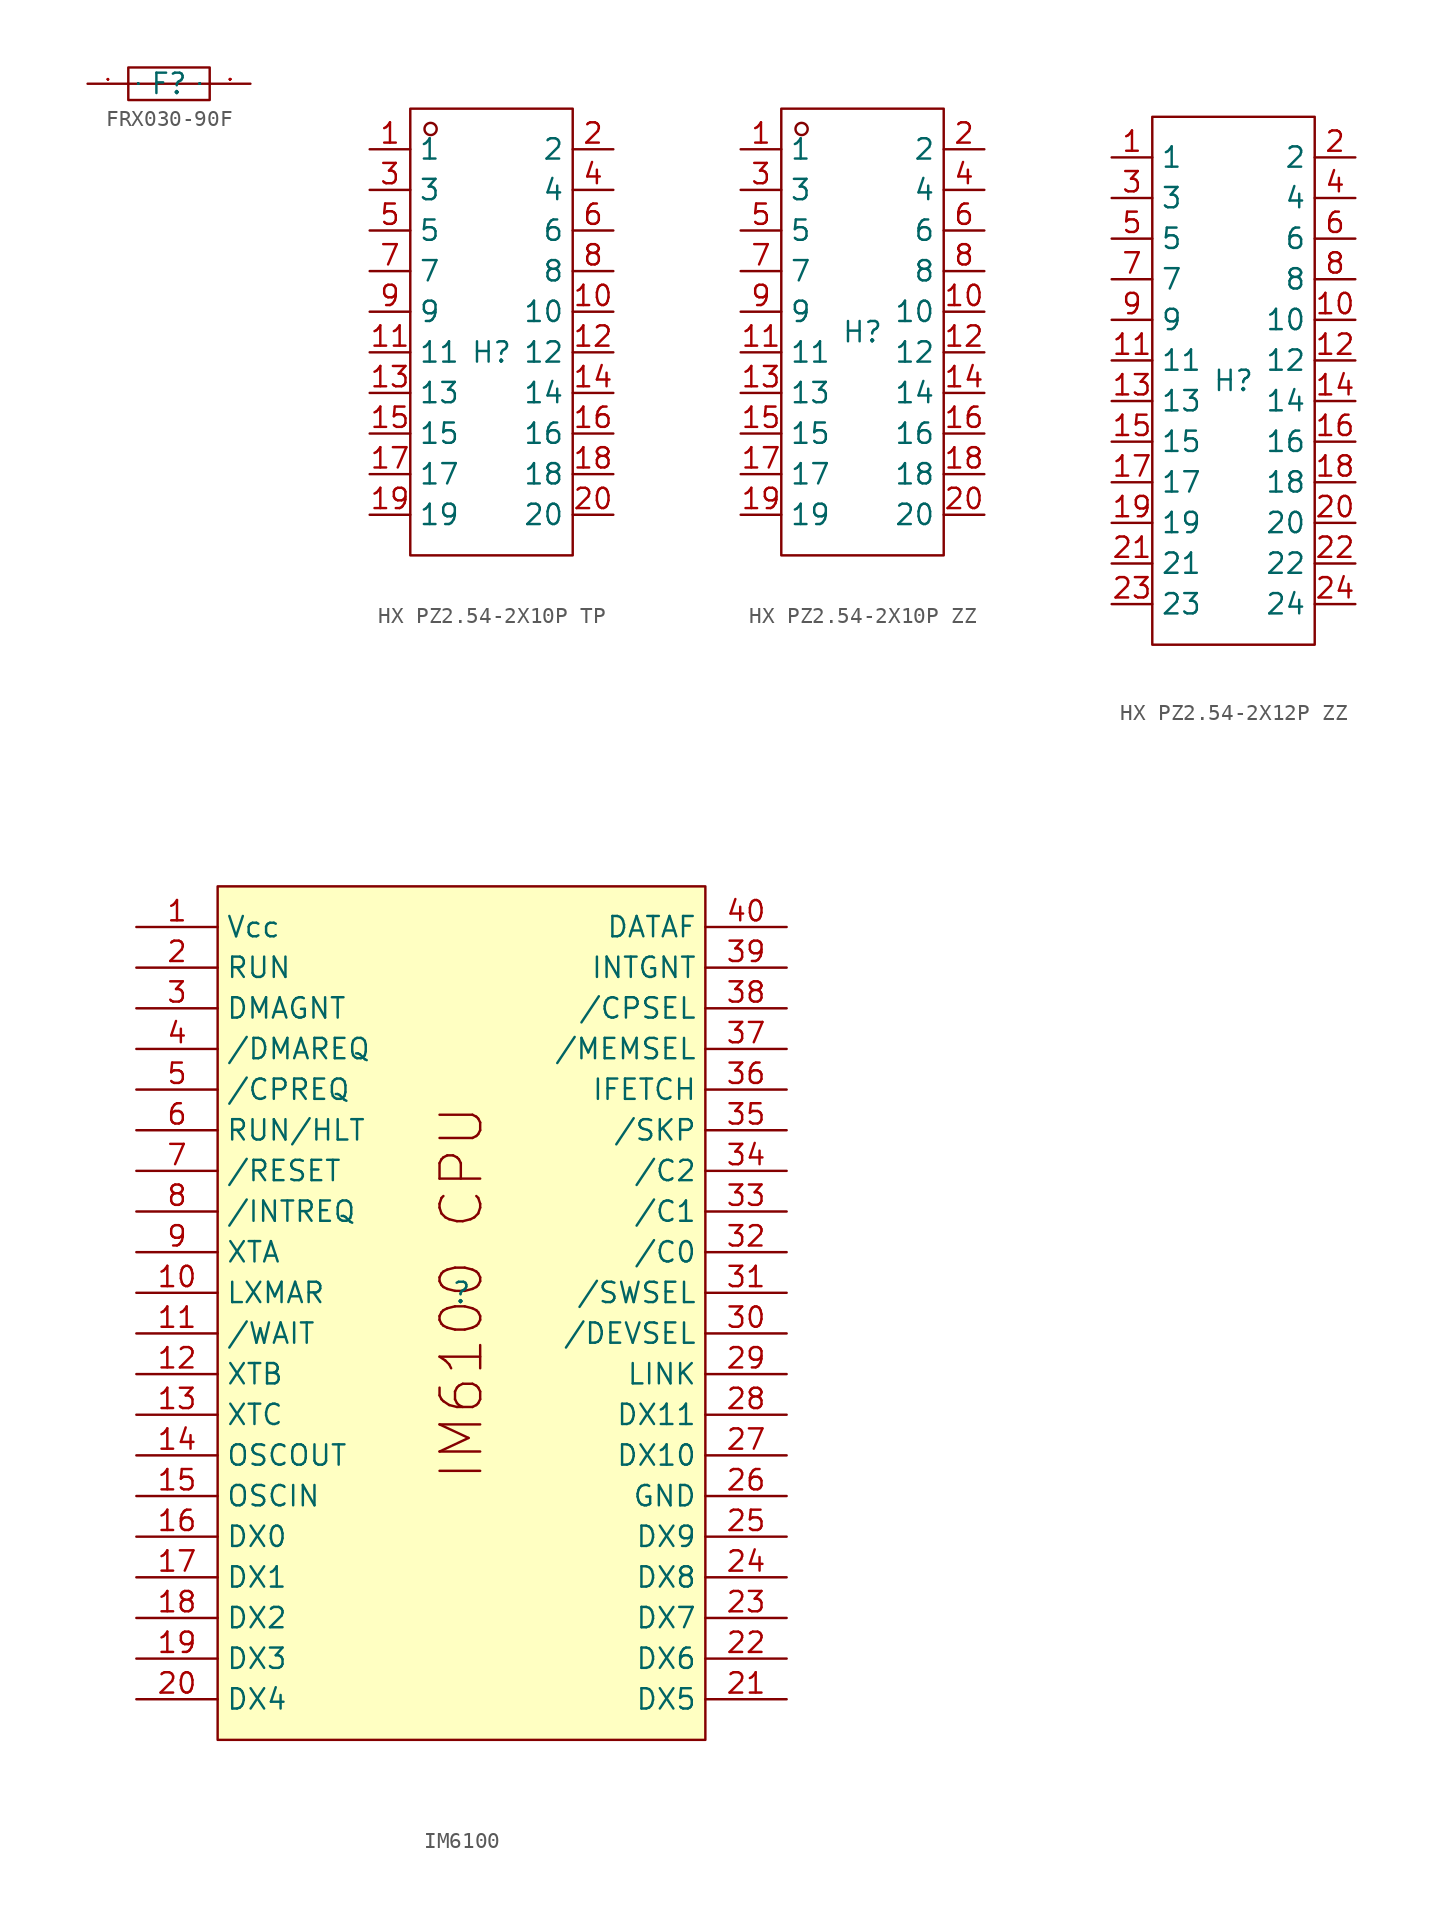
<source format=kicad_sym>
(kicad_symbol_lib
  (version 20241209)
  (generator "kicad_symbol_editor")
  (generator_version "9.0")
  (symbol "FRX030-90F"
    (property "Reference" "F"
      (at 0 0 0)
      (effects (font (size 1.27 1.27))))
    (property "Value" ""
      (at 0 0 0)
      (effects (font (size 1.27 1.27))))
    (symbol "FRX030-90F_1_0"
      (rectangle (start -2.54 1.016) (end 2.54 -1.016) (stroke (width 0) (type default)) (fill (type none)))
      (polyline (pts (xy -2.54 0) (xy 2.54 0)) (stroke (width 0) (type default)) (fill (type none)))
      (pin unspecified line (at -5.08 0 0) (length 2.54) (name "1" (effects (font (size 0.025 0.025)))) (number "1" (effects (font (size 0.025 0.025)))))
      (pin unspecified line (at 5.08 0 180) (length 2.54) (name "2" (effects (font (size 0.025 0.025)))) (number "2" (effects (font (size 0.025 0.025)))))))
  (symbol "HX PZ2.54-2X10P TP"
    (property "Reference" "H"
      (at 0 0 0)
      (effects (font (size 1.27 1.27))))
    (property "Value" ""
      (at 0 0 0)
      (effects (font (size 1.27 1.27))))
    (symbol "HX PZ2.54-2X10P TP_1_0"
      (rectangle (start -5.08 -12.7) (end 5.08 15.24) (stroke (width 0) (type default)) (fill (type none)))
      (circle (center -3.81 13.97) (radius 0.381) (stroke (width 0) (type default)) (fill (type none)))
      (pin unspecified line (at -7.62 12.7 0) (length 2.54) (name "1" (effects (font (size 1.27 1.27)))) (number "1" (effects (font (size 1.27 1.27)))))
      (pin unspecified line (at -7.62 10.16 0) (length 2.54) (name "3" (effects (font (size 1.27 1.27)))) (number "3" (effects (font (size 1.27 1.27)))))
      (pin unspecified line (at -7.62 7.62 0) (length 2.54) (name "5" (effects (font (size 1.27 1.27)))) (number "5" (effects (font (size 1.27 1.27)))))
      (pin unspecified line (at -7.62 5.08 0) (length 2.54) (name "7" (effects (font (size 1.27 1.27)))) (number "7" (effects (font (size 1.27 1.27)))))
      (pin unspecified line (at -7.62 2.54 0) (length 2.54) (name "9" (effects (font (size 1.27 1.27)))) (number "9" (effects (font (size 1.27 1.27)))))
      (pin unspecified line (at -7.62 0 0) (length 2.54) (name "11" (effects (font (size 1.27 1.27)))) (number "11" (effects (font (size 1.27 1.27)))))
      (pin unspecified line (at -7.62 -2.54 0) (length 2.54) (name "13" (effects (font (size 1.27 1.27)))) (number "13" (effects (font (size 1.27 1.27)))))
      (pin unspecified line (at -7.62 -5.08 0) (length 2.54) (name "15" (effects (font (size 1.27 1.27)))) (number "15" (effects (font (size 1.27 1.27)))))
      (pin unspecified line (at -7.62 -7.62 0) (length 2.54) (name "17" (effects (font (size 1.27 1.27)))) (number "17" (effects (font (size 1.27 1.27)))))
      (pin unspecified line (at -7.62 -10.16 0) (length 2.54) (name "19" (effects (font (size 1.27 1.27)))) (number "19" (effects (font (size 1.27 1.27)))))
      (pin unspecified line (at 7.62 12.7 180) (length 2.54) (name "2" (effects (font (size 1.27 1.27)))) (number "2" (effects (font (size 1.27 1.27)))))
      (pin unspecified line (at 7.62 10.16 180) (length 2.54) (name "4" (effects (font (size 1.27 1.27)))) (number "4" (effects (font (size 1.27 1.27)))))
      (pin unspecified line (at 7.62 7.62 180) (length 2.54) (name "6" (effects (font (size 1.27 1.27)))) (number "6" (effects (font (size 1.27 1.27)))))
      (pin unspecified line (at 7.62 5.08 180) (length 2.54) (name "8" (effects (font (size 1.27 1.27)))) (number "8" (effects (font (size 1.27 1.27)))))
      (pin unspecified line (at 7.62 2.54 180) (length 2.54) (name "10" (effects (font (size 1.27 1.27)))) (number "10" (effects (font (size 1.27 1.27)))))
      (pin unspecified line (at 7.62 0 180) (length 2.54) (name "12" (effects (font (size 1.27 1.27)))) (number "12" (effects (font (size 1.27 1.27)))))
      (pin unspecified line (at 7.62 -2.54 180) (length 2.54) (name "14" (effects (font (size 1.27 1.27)))) (number "14" (effects (font (size 1.27 1.27)))))
      (pin unspecified line (at 7.62 -5.08 180) (length 2.54) (name "16" (effects (font (size 1.27 1.27)))) (number "16" (effects (font (size 1.27 1.27)))))
      (pin unspecified line (at 7.62 -7.62 180) (length 2.54) (name "18" (effects (font (size 1.27 1.27)))) (number "18" (effects (font (size 1.27 1.27)))))
      (pin unspecified line (at 7.62 -10.16 180) (length 2.54) (name "20" (effects (font (size 1.27 1.27)))) (number "20" (effects (font (size 1.27 1.27)))))))
  (symbol "HX PZ2.54-2X10P ZZ"
    (property "Reference" "H"
      (at 0 0 0)
      (effects (font (size 1.27 1.27))))
    (property "Value" ""
      (at 0 0 0)
      (effects (font (size 1.27 1.27))))
    (symbol "HX PZ2.54-2X10P ZZ_1_0"
      (rectangle (start -5.08 -13.97) (end 5.08 13.97) (stroke (width 0) (type default)) (fill (type none)))
      (circle (center -3.81 12.7) (radius 0.381) (stroke (width 0) (type default)) (fill (type none)))
      (pin unspecified line (at -7.62 11.43 0) (length 2.54) (name "1" (effects (font (size 1.27 1.27)))) (number "1" (effects (font (size 1.27 1.27)))))
      (pin unspecified line (at -7.62 8.89 0) (length 2.54) (name "3" (effects (font (size 1.27 1.27)))) (number "3" (effects (font (size 1.27 1.27)))))
      (pin unspecified line (at -7.62 6.35 0) (length 2.54) (name "5" (effects (font (size 1.27 1.27)))) (number "5" (effects (font (size 1.27 1.27)))))
      (pin unspecified line (at -7.62 3.81 0) (length 2.54) (name "7" (effects (font (size 1.27 1.27)))) (number "7" (effects (font (size 1.27 1.27)))))
      (pin unspecified line (at -7.62 1.27 0) (length 2.54) (name "9" (effects (font (size 1.27 1.27)))) (number "9" (effects (font (size 1.27 1.27)))))
      (pin unspecified line (at -7.62 -1.27 0) (length 2.54) (name "11" (effects (font (size 1.27 1.27)))) (number "11" (effects (font (size 1.27 1.27)))))
      (pin unspecified line (at -7.62 -3.81 0) (length 2.54) (name "13" (effects (font (size 1.27 1.27)))) (number "13" (effects (font (size 1.27 1.27)))))
      (pin unspecified line (at -7.62 -6.35 0) (length 2.54) (name "15" (effects (font (size 1.27 1.27)))) (number "15" (effects (font (size 1.27 1.27)))))
      (pin unspecified line (at -7.62 -8.89 0) (length 2.54) (name "17" (effects (font (size 1.27 1.27)))) (number "17" (effects (font (size 1.27 1.27)))))
      (pin unspecified line (at -7.62 -11.43 0) (length 2.54) (name "19" (effects (font (size 1.27 1.27)))) (number "19" (effects (font (size 1.27 1.27)))))
      (pin unspecified line (at 7.62 11.43 180) (length 2.54) (name "2" (effects (font (size 1.27 1.27)))) (number "2" (effects (font (size 1.27 1.27)))))
      (pin unspecified line (at 7.62 8.89 180) (length 2.54) (name "4" (effects (font (size 1.27 1.27)))) (number "4" (effects (font (size 1.27 1.27)))))
      (pin unspecified line (at 7.62 6.35 180) (length 2.54) (name "6" (effects (font (size 1.27 1.27)))) (number "6" (effects (font (size 1.27 1.27)))))
      (pin unspecified line (at 7.62 3.81 180) (length 2.54) (name "8" (effects (font (size 1.27 1.27)))) (number "8" (effects (font (size 1.27 1.27)))))
      (pin unspecified line (at 7.62 1.27 180) (length 2.54) (name "10" (effects (font (size 1.27 1.27)))) (number "10" (effects (font (size 1.27 1.27)))))
      (pin unspecified line (at 7.62 -1.27 180) (length 2.54) (name "12" (effects (font (size 1.27 1.27)))) (number "12" (effects (font (size 1.27 1.27)))))
      (pin unspecified line (at 7.62 -3.81 180) (length 2.54) (name "14" (effects (font (size 1.27 1.27)))) (number "14" (effects (font (size 1.27 1.27)))))
      (pin unspecified line (at 7.62 -6.35 180) (length 2.54) (name "16" (effects (font (size 1.27 1.27)))) (number "16" (effects (font (size 1.27 1.27)))))
      (pin unspecified line (at 7.62 -8.89 180) (length 2.54) (name "18" (effects (font (size 1.27 1.27)))) (number "18" (effects (font (size 1.27 1.27)))))
      (pin unspecified line (at 7.62 -11.43 180) (length 2.54) (name "20" (effects (font (size 1.27 1.27)))) (number "20" (effects (font (size 1.27 1.27)))))))
  (symbol "HX PZ2.54-2X12P ZZ"
    (property "Reference" "H"
      (at 0 0 0)
      (effects (font (size 1.27 1.27))))
    (property "Value" ""
      (at 0 0 0)
      (effects (font (size 1.27 1.27))))
    (symbol "HX PZ2.54-2X12P ZZ_1_0"
      (rectangle (start -5.08 16.51) (end 5.08 -16.51) (stroke (width 0) (type default)) (fill (type none)))
      (pin unspecified line (at -7.62 13.97 0) (length 2.54) (name "1" (effects (font (size 1.27 1.27)))) (number "1" (effects (font (size 1.27 1.27)))))
      (pin unspecified line (at -7.62 11.43 0) (length 2.54) (name "3" (effects (font (size 1.27 1.27)))) (number "3" (effects (font (size 1.27 1.27)))))
      (pin unspecified line (at -7.62 8.89 0) (length 2.54) (name "5" (effects (font (size 1.27 1.27)))) (number "5" (effects (font (size 1.27 1.27)))))
      (pin unspecified line (at -7.62 6.35 0) (length 2.54) (name "7" (effects (font (size 1.27 1.27)))) (number "7" (effects (font (size 1.27 1.27)))))
      (pin unspecified line (at -7.62 3.81 0) (length 2.54) (name "9" (effects (font (size 1.27 1.27)))) (number "9" (effects (font (size 1.27 1.27)))))
      (pin unspecified line (at -7.62 1.27 0) (length 2.54) (name "11" (effects (font (size 1.27 1.27)))) (number "11" (effects (font (size 1.27 1.27)))))
      (pin unspecified line (at -7.62 -1.27 0) (length 2.54) (name "13" (effects (font (size 1.27 1.27)))) (number "13" (effects (font (size 1.27 1.27)))))
      (pin unspecified line (at -7.62 -3.81 0) (length 2.54) (name "15" (effects (font (size 1.27 1.27)))) (number "15" (effects (font (size 1.27 1.27)))))
      (pin unspecified line (at -7.62 -6.35 0) (length 2.54) (name "17" (effects (font (size 1.27 1.27)))) (number "17" (effects (font (size 1.27 1.27)))))
      (pin unspecified line (at -7.62 -8.89 0) (length 2.54) (name "19" (effects (font (size 1.27 1.27)))) (number "19" (effects (font (size 1.27 1.27)))))
      (pin unspecified line (at -7.62 -11.43 0) (length 2.54) (name "21" (effects (font (size 1.27 1.27)))) (number "21" (effects (font (size 1.27 1.27)))))
      (pin unspecified line (at -7.62 -13.97 0) (length 2.54) (name "23" (effects (font (size 1.27 1.27)))) (number "23" (effects (font (size 1.27 1.27)))))
      (pin unspecified line (at 7.62 13.97 180) (length 2.54) (name "2" (effects (font (size 1.27 1.27)))) (number "2" (effects (font (size 1.27 1.27)))))
      (pin unspecified line (at 7.62 11.43 180) (length 2.54) (name "4" (effects (font (size 1.27 1.27)))) (number "4" (effects (font (size 1.27 1.27)))))
      (pin unspecified line (at 7.62 8.89 180) (length 2.54) (name "6" (effects (font (size 1.27 1.27)))) (number "6" (effects (font (size 1.27 1.27)))))
      (pin unspecified line (at 7.62 6.35 180) (length 2.54) (name "8" (effects (font (size 1.27 1.27)))) (number "8" (effects (font (size 1.27 1.27)))))
      (pin unspecified line (at 7.62 3.81 180) (length 2.54) (name "10" (effects (font (size 1.27 1.27)))) (number "10" (effects (font (size 1.27 1.27)))))
      (pin unspecified line (at 7.62 1.27 180) (length 2.54) (name "12" (effects (font (size 1.27 1.27)))) (number "12" (effects (font (size 1.27 1.27)))))
      (pin unspecified line (at 7.62 -1.27 180) (length 2.54) (name "14" (effects (font (size 1.27 1.27)))) (number "14" (effects (font (size 1.27 1.27)))))
      (pin unspecified line (at 7.62 -3.81 180) (length 2.54) (name "16" (effects (font (size 1.27 1.27)))) (number "16" (effects (font (size 1.27 1.27)))))
      (pin unspecified line (at 7.62 -6.35 180) (length 2.54) (name "18" (effects (font (size 1.27 1.27)))) (number "18" (effects (font (size 1.27 1.27)))))
      (pin unspecified line (at 7.62 -8.89 180) (length 2.54) (name "20" (effects (font (size 1.27 1.27)))) (number "20" (effects (font (size 1.27 1.27)))))
      (pin unspecified line (at 7.62 -11.43 180) (length 2.54) (name "22" (effects (font (size 1.27 1.27)))) (number "22" (effects (font (size 1.27 1.27)))))
      (pin unspecified line (at 7.62 -13.97 180) (length 2.54) (name "24" (effects (font (size 1.27 1.27)))) (number "24" (effects (font (size 1.27 1.27)))))))
  (symbol "IM6100"
    (property "Reference" ""
      (at 0 0 0)
      (effects (font (size 1.27 1.27))))
    (property "Value" ""
      (at 0 0 0)
      (effects (font (size 1.27 1.27))))
    (symbol "IM6100_1_0"
      (rectangle (start -15.24 25.4) (end 15.24 -27.94) (stroke (width 0) (type default)) (fill (type background)))
      (text "IM6100 CPU" (at 0 0 900) (effects (font (size 2.54 2.54))))
      (pin power_in line (at -20.32 22.86 0) (length 5.08) (name "Vcc" (effects (font (size 1.27 1.27)))) (number "1" (effects (font (size 1.27 1.27)))))
      (pin output line (at -20.32 20.32 0) (length 5.08) (name "RUN" (effects (font (size 1.27 1.27)))) (number "2" (effects (font (size 1.27 1.27)))))
      (pin output line (at -20.32 17.78 0) (length 5.08) (name "DMAGNT" (effects (font (size 1.27 1.27)))) (number "3" (effects (font (size 1.27 1.27)))))
      (pin input line (at -20.32 15.24 0) (length 5.08) (name "/DMAREQ" (effects (font (size 1.27 1.27)))) (number "4" (effects (font (size 1.27 1.27)))))
      (pin input line (at -20.32 12.7 0) (length 5.08) (name "/CPREQ" (effects (font (size 1.27 1.27)))) (number "5" (effects (font (size 1.27 1.27)))))
      (pin input line (at -20.32 10.16 0) (length 5.08) (name "RUN/HLT" (effects (font (size 1.27 1.27)))) (number "6" (effects (font (size 1.27 1.27)))))
      (pin input line (at -20.32 7.62 0) (length 5.08) (name "/RESET" (effects (font (size 1.27 1.27)))) (number "7" (effects (font (size 1.27 1.27)))))
      (pin input line (at -20.32 5.08 0) (length 5.08) (name "/INTREQ" (effects (font (size 1.27 1.27)))) (number "8" (effects (font (size 1.27 1.27)))))
      (pin output line (at -20.32 2.54 0) (length 5.08) (name "XTA" (effects (font (size 1.27 1.27)))) (number "9" (effects (font (size 1.27 1.27)))))
      (pin output line (at -20.32 0 0) (length 5.08) (name "LXMAR" (effects (font (size 1.27 1.27)))) (number "10" (effects (font (size 1.27 1.27)))))
      (pin input line (at -20.32 -2.54 0) (length 5.08) (name "/WAIT" (effects (font (size 1.27 1.27)))) (number "11" (effects (font (size 1.27 1.27)))))
      (pin output line (at -20.32 -5.08 0) (length 5.08) (name "XTB" (effects (font (size 1.27 1.27)))) (number "12" (effects (font (size 1.27 1.27)))))
      (pin output line (at -20.32 -7.62 0) (length 5.08) (name "XTC" (effects (font (size 1.27 1.27)))) (number "13" (effects (font (size 1.27 1.27)))))
      (pin input line (at -20.32 -10.16 0) (length 5.08) (name "OSCOUT" (effects (font (size 1.27 1.27)))) (number "14" (effects (font (size 1.27 1.27)))))
      (pin input line (at -20.32 -12.7 0) (length 5.08) (name "OSCIN" (effects (font (size 1.27 1.27)))) (number "15" (effects (font (size 1.27 1.27)))))
      (pin tri_state line (at -20.32 -15.24 0) (length 5.08) (name "DX0" (effects (font (size 1.27 1.27)))) (number "16" (effects (font (size 1.27 1.27)))))
      (pin tri_state line (at -20.32 -17.78 0) (length 5.08) (name "DX1" (effects (font (size 1.27 1.27)))) (number "17" (effects (font (size 1.27 1.27)))))
      (pin tri_state line (at -20.32 -20.32 0) (length 5.08) (name "DX2" (effects (font (size 1.27 1.27)))) (number "18" (effects (font (size 1.27 1.27)))))
      (pin tri_state line (at -20.32 -22.86 0) (length 5.08) (name "DX3" (effects (font (size 1.27 1.27)))) (number "19" (effects (font (size 1.27 1.27)))))
      (pin tri_state line (at -20.32 -25.4 0) (length 5.08) (name "DX4" (effects (font (size 1.27 1.27)))) (number "20" (effects (font (size 1.27 1.27)))))
      (pin output line (at 20.32 22.86 180) (length 5.08) (name "DATAF" (effects (font (size 1.27 1.27)))) (number "40" (effects (font (size 1.27 1.27)))))
      (pin output line (at 20.32 20.32 180) (length 5.08) (name "INTGNT" (effects (font (size 1.27 1.27)))) (number "39" (effects (font (size 1.27 1.27)))))
      (pin output line (at 20.32 17.78 180) (length 5.08) (name "/CPSEL" (effects (font (size 1.27 1.27)))) (number "38" (effects (font (size 1.27 1.27)))))
      (pin output line (at 20.32 15.24 180) (length 5.08) (name "/MEMSEL" (effects (font (size 1.27 1.27)))) (number "37" (effects (font (size 1.27 1.27)))))
      (pin output line (at 20.32 12.7 180) (length 5.08) (name "IFETCH" (effects (font (size 1.27 1.27)))) (number "36" (effects (font (size 1.27 1.27)))))
      (pin input line (at 20.32 10.16 180) (length 5.08) (name "/SKP" (effects (font (size 1.27 1.27)))) (number "35" (effects (font (size 1.27 1.27)))))
      (pin input line (at 20.32 7.62 180) (length 5.08) (name "/C2" (effects (font (size 1.27 1.27)))) (number "34" (effects (font (size 1.27 1.27)))))
      (pin input line (at 20.32 5.08 180) (length 5.08) (name "/C1" (effects (font (size 1.27 1.27)))) (number "33" (effects (font (size 1.27 1.27)))))
      (pin input line (at 20.32 2.54 180) (length 5.08) (name "/C0" (effects (font (size 1.27 1.27)))) (number "32" (effects (font (size 1.27 1.27)))))
      (pin output line (at 20.32 0 180) (length 5.08) (name "/SWSEL" (effects (font (size 1.27 1.27)))) (number "31" (effects (font (size 1.27 1.27)))))
      (pin output line (at 20.32 -2.54 180) (length 5.08) (name "/DEVSEL" (effects (font (size 1.27 1.27)))) (number "30" (effects (font (size 1.27 1.27)))))
      (pin output line (at 20.32 -5.08 180) (length 5.08) (name "LINK" (effects (font (size 1.27 1.27)))) (number "29" (effects (font (size 1.27 1.27)))))
      (pin tri_state line (at 20.32 -7.62 180) (length 5.08) (name "DX11" (effects (font (size 1.27 1.27)))) (number "28" (effects (font (size 1.27 1.27)))))
      (pin tri_state line (at 20.32 -10.16 180) (length 5.08) (name "DX10" (effects (font (size 1.27 1.27)))) (number "27" (effects (font (size 1.27 1.27)))))
      (pin power_in line (at 20.32 -12.7 180) (length 5.08) (name "GND" (effects (font (size 1.27 1.27)))) (number "26" (effects (font (size 1.27 1.27)))))
      (pin tri_state line (at 20.32 -15.24 180) (length 5.08) (name "DX9" (effects (font (size 1.27 1.27)))) (number "25" (effects (font (size 1.27 1.27)))))
      (pin tri_state line (at 20.32 -17.78 180) (length 5.08) (name "DX8" (effects (font (size 1.27 1.27)))) (number "24" (effects (font (size 1.27 1.27)))))
      (pin tri_state line (at 20.32 -20.32 180) (length 5.08) (name "DX7" (effects (font (size 1.27 1.27)))) (number "23" (effects (font (size 1.27 1.27)))))
      (pin tri_state line (at 20.32 -22.86 180) (length 5.08) (name "DX6" (effects (font (size 1.27 1.27)))) (number "22" (effects (font (size 1.27 1.27)))))
      (pin tri_state line (at 20.32 -25.4 180) (length 5.08) (name "DX5" (effects (font (size 1.27 1.27)))) (number "21" (effects (font (size 1.27 1.27))))))))
</source>
